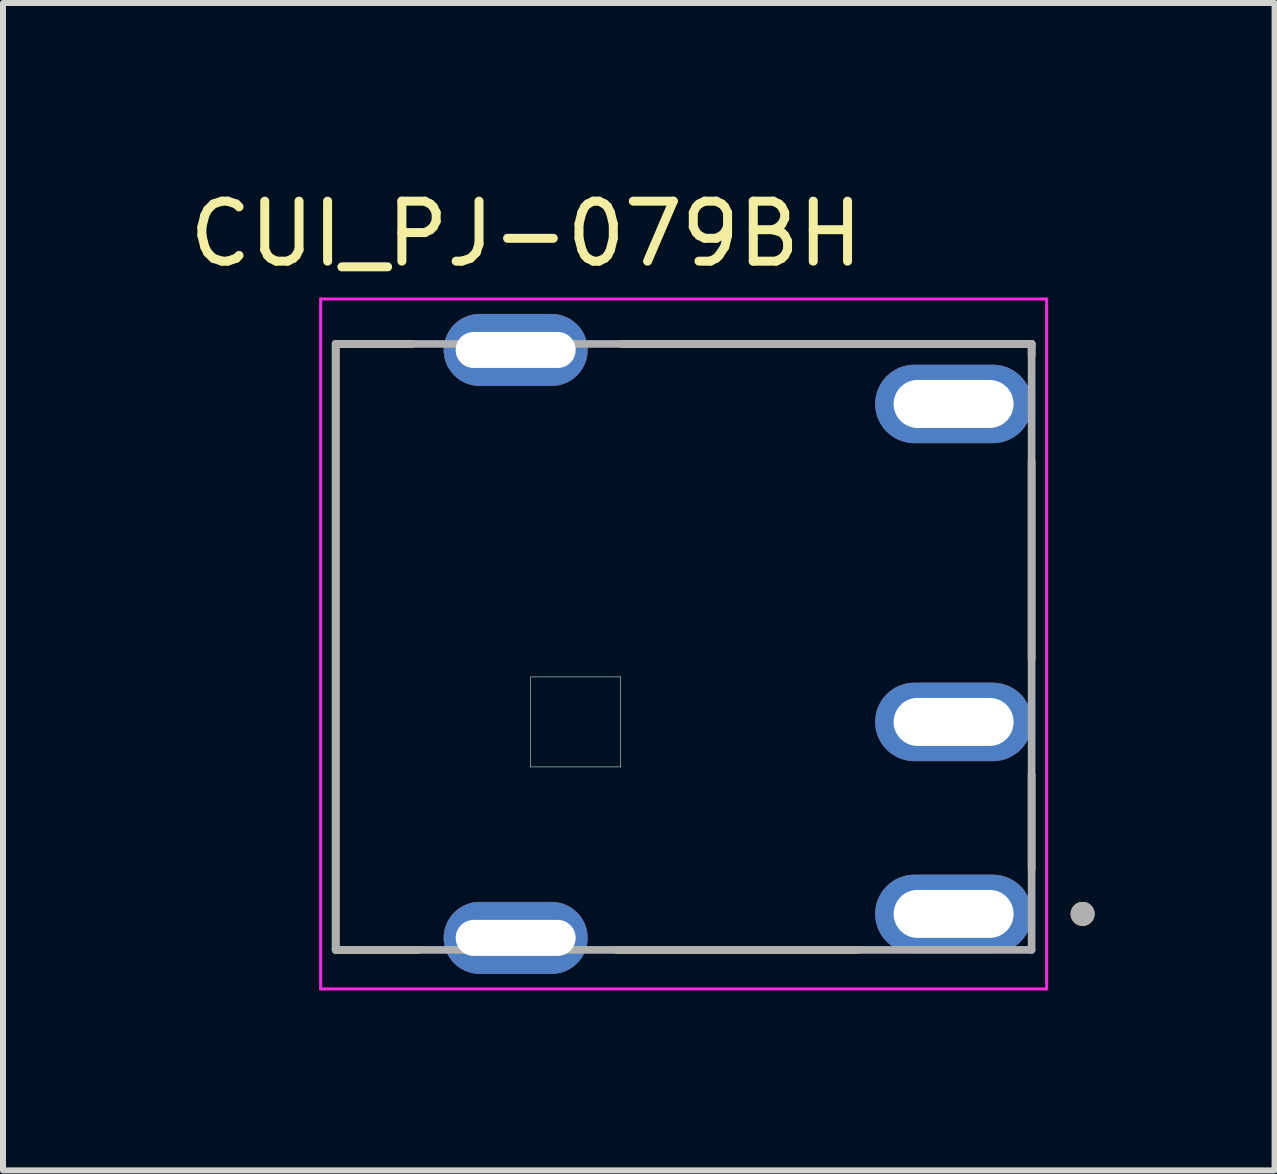
<source format=kicad_pcb>
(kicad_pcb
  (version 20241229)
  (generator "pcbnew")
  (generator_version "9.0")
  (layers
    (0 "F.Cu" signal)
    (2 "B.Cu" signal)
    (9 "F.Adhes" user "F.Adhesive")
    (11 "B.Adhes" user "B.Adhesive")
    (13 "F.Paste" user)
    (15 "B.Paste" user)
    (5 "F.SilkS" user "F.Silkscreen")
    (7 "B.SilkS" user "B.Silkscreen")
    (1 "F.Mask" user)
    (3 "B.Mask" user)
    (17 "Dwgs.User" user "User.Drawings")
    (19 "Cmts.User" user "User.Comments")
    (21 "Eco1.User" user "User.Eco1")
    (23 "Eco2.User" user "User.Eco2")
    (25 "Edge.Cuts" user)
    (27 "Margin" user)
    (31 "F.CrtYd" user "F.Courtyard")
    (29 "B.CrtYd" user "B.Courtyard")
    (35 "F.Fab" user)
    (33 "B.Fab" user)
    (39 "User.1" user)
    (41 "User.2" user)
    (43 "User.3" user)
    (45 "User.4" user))
  (footprint "CUI_PJ-079BH"
    (layer "F.Cu")
    (at 6.545 8.983)
    (property "Reference" "CUI_PJ-079BH" (at -0.825 -8.135 0) (layer "F.SilkS") (effects (font (size 1 1) (thickness 0.15))))
    (attr through_hole)
    (fp_line (start -4 -6.3) (end -2.725 -6.3) (stroke (width 0.127) (type solid)) (layer "F.SilkS"))
    (fp_line (start -4 3.8) (end -4 -6.3) (stroke (width 0.127) (type solid)) (layer "F.SilkS"))
    (fp_line (start -2.625 3.8) (end -4 3.8) (stroke (width 0.127) (type solid)) (layer "F.SilkS"))
    (fp_line (start 0.77 -6.3) (end 7.6 -6.3) (stroke (width 0.127) (type solid)) (layer "F.SilkS"))
    (fp_line (start 4.7 3.8) (end 0.68 3.8) (stroke (width 0.127) (type solid)) (layer "F.SilkS"))
    (fp_line (start 7.6 -6.3) (end 7.6 -6.1) (stroke (width 0.127) (type solid)) (layer "F.SilkS"))
    (fp_line (start 7.6 -4.34) (end 7.6 -1.05) (stroke (width 0.127) (type solid)) (layer "F.SilkS"))
    (fp_line (start 7.6 0.88) (end 7.6 2.45) (stroke (width 0.127) (type solid)) (layer "F.SilkS"))
    (fp_circle (center 8.45 3.2) (end 8.55 3.2) (stroke (width 0.2) (type solid)) (fill no) (layer "F.SilkS"))
    (fp_line (start -0.75 -0.75) (end 0.75 -0.75) (stroke (width 0.01) (type solid)) (layer "Edge.Cuts"))
    (fp_line (start -0.75 0.75) (end -0.75 -0.75) (stroke (width 0.01) (type solid)) (layer "Edge.Cuts"))
    (fp_line (start 0.75 -0.75) (end 0.75 0.75) (stroke (width 0.01) (type solid)) (layer "Edge.Cuts"))
    (fp_line (start 0.75 0.75) (end -0.75 0.75) (stroke (width 0.01) (type solid)) (layer "Edge.Cuts"))
    (fp_line (start -4.25 4.45) (end -4.25 -7.05) (stroke (width 0.05) (type solid)) (layer "F.CrtYd"))
    (fp_line (start -4.25 4.45) (end 7.85 4.45) (stroke (width 0.05) (type solid)) (layer "F.CrtYd"))
    (fp_line (start 7.85 -7.05) (end -4.25 -7.05) (stroke (width 0.05) (type solid)) (layer "F.CrtYd"))
    (fp_line (start 7.85 4.45) (end 7.85 -7.05) (stroke (width 0.05) (type solid)) (layer "F.CrtYd"))
    (fp_line (start -4 -6.3) (end 7.6 -6.3) (stroke (width 0.127) (type solid)) (layer "F.Fab"))
    (fp_line (start -4 3.8) (end -4 -6.3) (stroke (width 0.127) (type solid)) (layer "F.Fab"))
    (fp_line (start -4 3.8) (end 7.6 3.8) (stroke (width 0.127) (type solid)) (layer "F.Fab"))
    (fp_line (start 7.6 3.8) (end 7.6 -6.3) (stroke (width 0.127) (type solid)) (layer "F.Fab"))
    (fp_circle (center 8.45 3.2) (end 8.55 3.2) (stroke (width 0.2) (type solid)) (fill no) (layer "F.Fab"))
    (pad "1" thru_hole oval (at 6.3 3.2) (size 2.616 1.308) (drill oval 2 0.8) (layers "*.Cu" "*.Mask"))
    (pad "2" thru_hole oval (at 6.3 -5.3) (size 2.616 1.308) (drill oval 2 0.8) (layers "*.Cu" "*.Mask"))
    (pad "3" thru_hole oval (at 6.3 0) (size 2.616 1.308) (drill oval 2 0.8) (layers "*.Cu" "*.Mask"))
    (pad "S1" thru_hole oval (at -1 -6.2) (size 2.4 1.2) (drill oval 2 0.6) (layers "*.Cu" "*.Mask"))
    (pad "S2" thru_hole oval (at -1 3.6) (size 2.4 1.2) (drill oval 2 0.6) (layers "*.Cu" "*.Mask")))
  (gr_rect
    (start -3 -3)
    (end 18.195 16.458)
    (stroke (width 0.1) (type default))
    (fill no)
    (layer "Edge.Cuts")))
</source>
